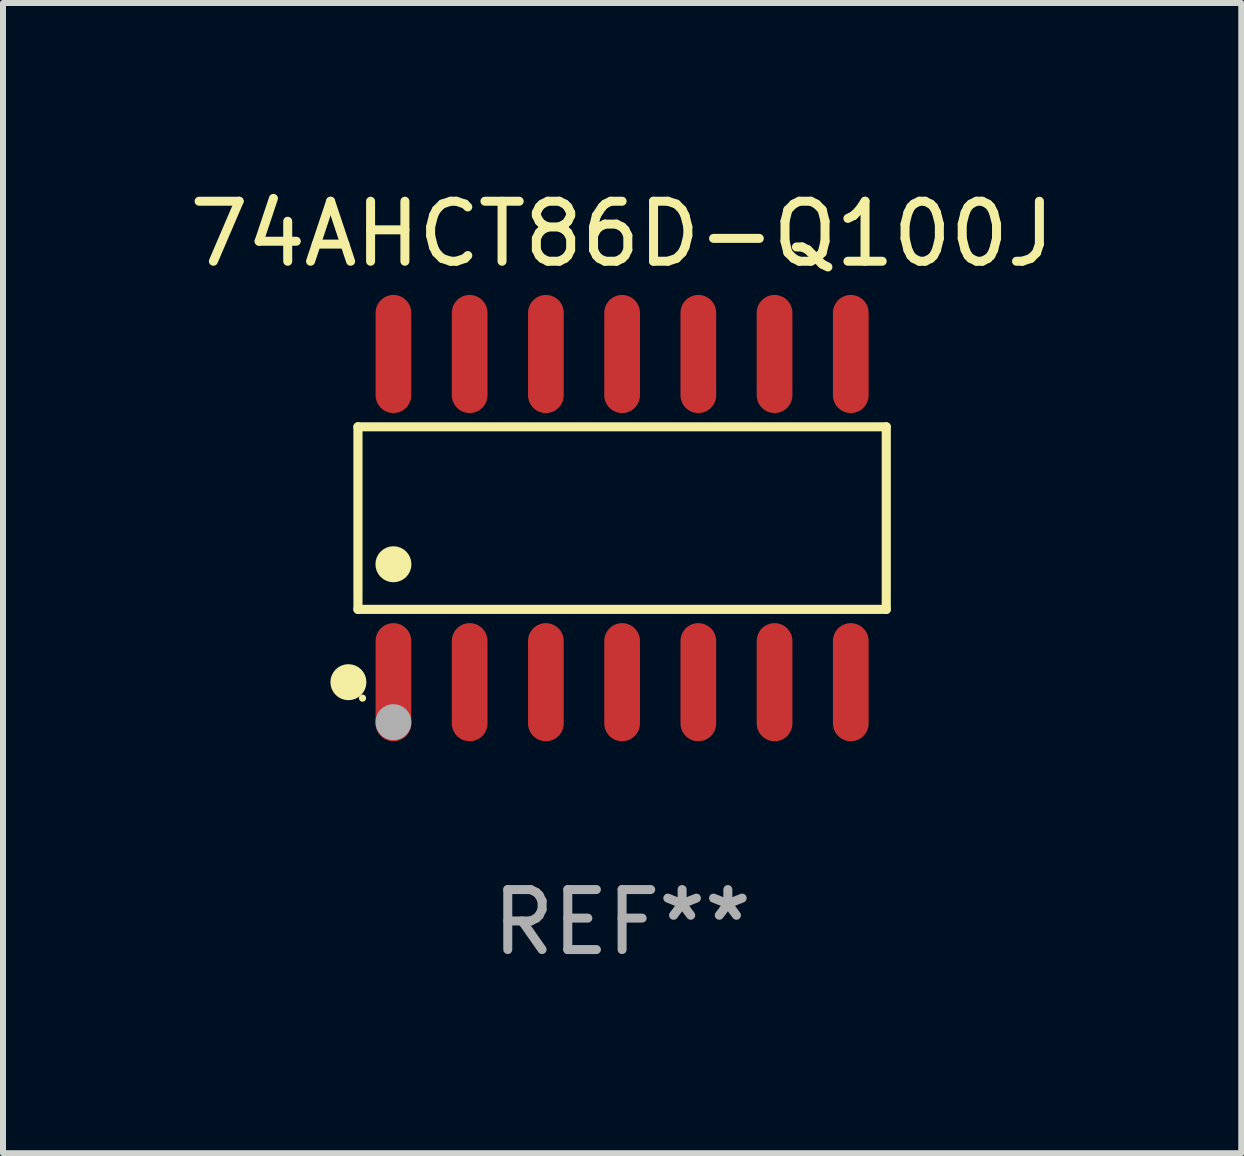
<source format=kicad_pcb>
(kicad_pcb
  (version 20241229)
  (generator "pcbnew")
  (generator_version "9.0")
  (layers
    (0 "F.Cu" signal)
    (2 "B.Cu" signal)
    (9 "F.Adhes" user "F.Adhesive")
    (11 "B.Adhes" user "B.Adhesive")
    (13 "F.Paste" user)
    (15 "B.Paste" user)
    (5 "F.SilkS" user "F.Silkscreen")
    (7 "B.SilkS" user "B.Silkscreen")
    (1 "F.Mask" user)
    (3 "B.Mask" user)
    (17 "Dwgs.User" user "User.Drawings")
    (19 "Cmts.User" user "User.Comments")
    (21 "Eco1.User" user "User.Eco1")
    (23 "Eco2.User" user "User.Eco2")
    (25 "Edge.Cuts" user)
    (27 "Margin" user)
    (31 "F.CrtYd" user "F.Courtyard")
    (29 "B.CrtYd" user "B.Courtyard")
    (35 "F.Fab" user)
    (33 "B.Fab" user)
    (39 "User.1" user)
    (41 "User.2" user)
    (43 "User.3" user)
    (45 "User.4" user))
  (footprint "74AHCT86D-Q100J"
    (layer "F.Cu")
    (at 7.315 5.582)
    (property "Reference" "74AHCT86D-Q100J" (at 0 -4.734 0) (layer "F.SilkS") (effects (font (size 1 1) (thickness 0.15))))
    (attr through_hole)
    (fp_line (start -4.401 -1.521) (end 4.401 -1.521) (stroke (width 0.152) (type solid)) (layer "F.SilkS"))
    (fp_line (start -4.401 1.521) (end -4.401 -1.521) (stroke (width 0.152) (type solid)) (layer "F.SilkS"))
    (fp_line (start 4.401 -1.521) (end 4.401 1.521) (stroke (width 0.152) (type solid)) (layer "F.SilkS"))
    (fp_line (start 4.401 1.521) (end -4.401 1.521) (stroke (width 0.152) (type solid)) (layer "F.SilkS"))
    (fp_circle (center -4.56 2.734) (end -4.41 2.734) (stroke (width 0.3) (type solid)) (fill no) (layer "F.SilkS"))
    (fp_circle (center -4.325 3) (end -4.295 3) (stroke (width 0.06) (type solid)) (fill no) (layer "F.SilkS"))
    (fp_circle (center -3.81 0.769) (end -3.66 0.769) (stroke (width 0.3) (type solid)) (fill no) (layer "F.SilkS"))
    (fp_circle (center -3.81 3.4) (end -3.66 3.4) (stroke (width 0.3) (type solid)) (fill no) (layer "F.Fab"))
    (fp_text user "REF**" (at 0 6.734 0) (layer "F.Fab") (effects (font (size 1 1) (thickness 0.15))))
    (pad "1" smd oval (at -3.81 2.734) (size 0.595 1.968) (layers "F.Cu" "F.Mask" "F.Paste"))
    (pad "2" smd oval (at -2.54 2.734) (size 0.595 1.968) (layers "F.Cu" "F.Mask" "F.Paste"))
    (pad "3" smd oval (at -1.27 2.734) (size 0.595 1.968) (layers "F.Cu" "F.Mask" "F.Paste"))
    (pad "4" smd oval (at 0 2.734) (size 0.595 1.968) (layers "F.Cu" "F.Mask" "F.Paste"))
    (pad "5" smd oval (at 1.27 2.734) (size 0.595 1.968) (layers "F.Cu" "F.Mask" "F.Paste"))
    (pad "6" smd oval (at 2.54 2.734) (size 0.595 1.968) (layers "F.Cu" "F.Mask" "F.Paste"))
    (pad "7" smd oval (at 3.81 2.734) (size 0.595 1.968) (layers "F.Cu" "F.Mask" "F.Paste"))
    (pad "8" smd oval (at 3.81 -2.734) (size 0.595 1.968) (layers "F.Cu" "F.Mask" "F.Paste"))
    (pad "9" smd oval (at 2.54 -2.734) (size 0.595 1.968) (layers "F.Cu" "F.Mask" "F.Paste"))
    (pad "10" smd oval (at 1.27 -2.734) (size 0.595 1.968) (layers "F.Cu" "F.Mask" "F.Paste"))
    (pad "11" smd oval (at 0 -2.734) (size 0.595 1.968) (layers "F.Cu" "F.Mask" "F.Paste"))
    (pad "12" smd oval (at -1.27 -2.734) (size 0.595 1.968) (layers "F.Cu" "F.Mask" "F.Paste"))
    (pad "13" smd oval (at -2.54 -2.734) (size 0.595 1.968) (layers "F.Cu" "F.Mask" "F.Paste"))
    (pad "14" smd oval (at -3.81 -2.734) (size 0.595 1.968) (layers "F.Cu" "F.Mask" "F.Paste")))
  (gr_rect
    (start -3 -3)
    (end 17.631 16.164)
    (stroke (width 0.1) (type default))
    (fill no)
    (layer "Edge.Cuts")))
</source>
